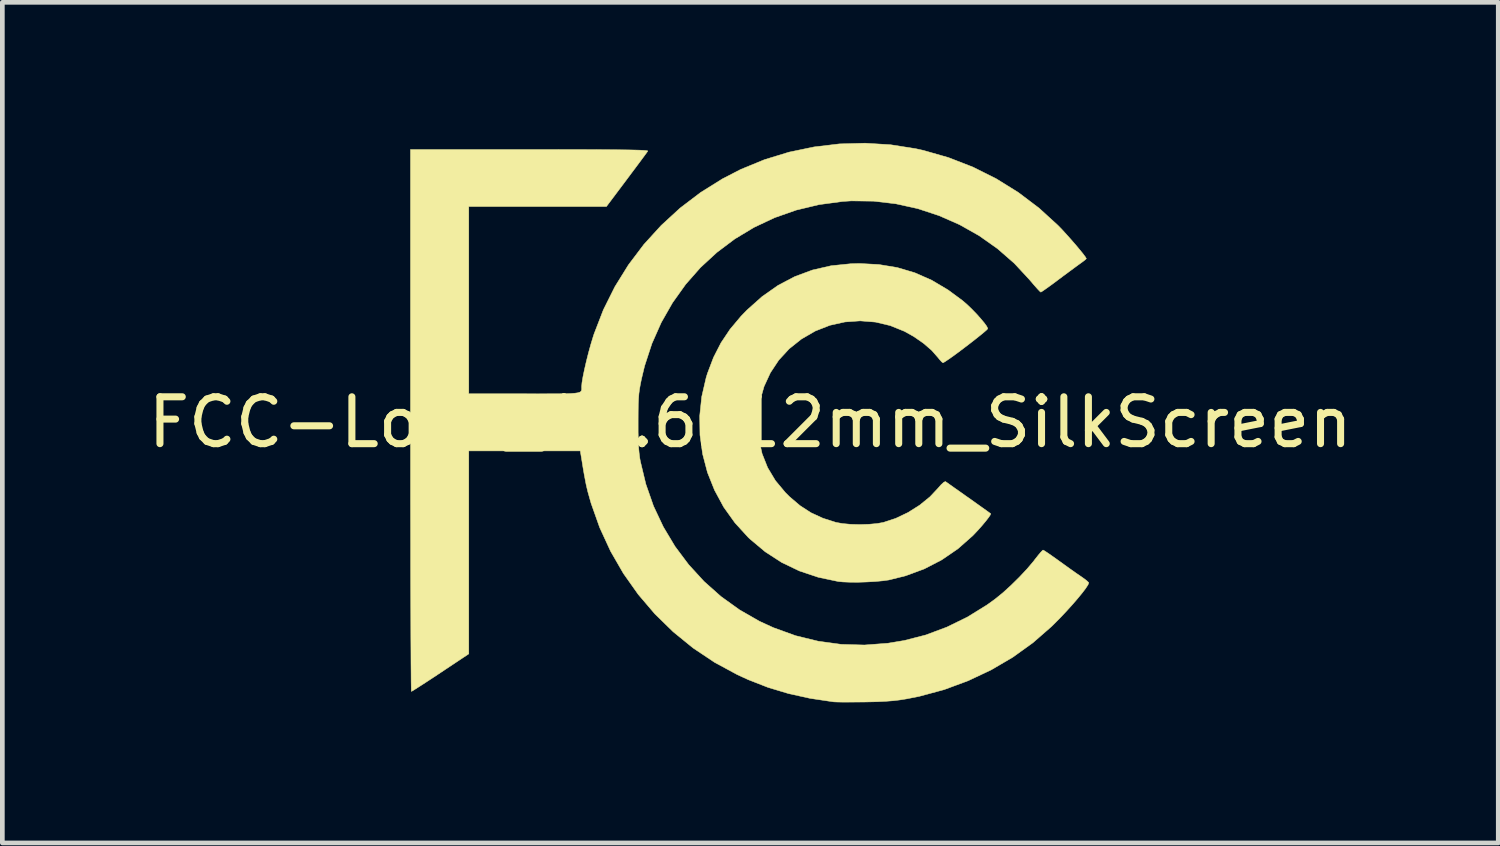
<source format=kicad_pcb>
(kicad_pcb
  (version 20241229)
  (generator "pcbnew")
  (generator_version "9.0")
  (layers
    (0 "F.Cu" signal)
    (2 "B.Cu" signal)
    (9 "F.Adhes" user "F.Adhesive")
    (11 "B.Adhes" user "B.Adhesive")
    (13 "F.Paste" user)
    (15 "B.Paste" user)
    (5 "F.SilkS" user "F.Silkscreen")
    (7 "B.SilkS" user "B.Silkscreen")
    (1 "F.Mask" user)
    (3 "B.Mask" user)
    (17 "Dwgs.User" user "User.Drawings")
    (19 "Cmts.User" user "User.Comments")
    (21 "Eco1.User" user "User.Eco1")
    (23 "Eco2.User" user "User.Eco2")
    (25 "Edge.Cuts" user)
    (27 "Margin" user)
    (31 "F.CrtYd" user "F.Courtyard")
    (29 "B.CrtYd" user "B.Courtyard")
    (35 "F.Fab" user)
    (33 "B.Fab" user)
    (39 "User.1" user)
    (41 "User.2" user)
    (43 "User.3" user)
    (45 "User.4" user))
  (footprint "FCC-Logo_14.6x12mm_SilkScreen"
    (layer "F.Cu")
    (at 12.958 5.961)
    (property "Reference" "FCC-Logo_14.6x12mm_SilkScreen" (at 0 0 0) (layer "F.SilkS") (effects (font (size 1 1) (thickness 0.15))))
    (attr exclude_from_pos_files exclude_from_bom)
    (fp_poly (pts (xy 2.745 -3.367) (xy 3.137 -3.302) (xy 3.511 -3.191) (xy 3.87 -3.033) (xy 4.22 -2.825) (xy 4.529 -2.597) (xy 4.624 -2.515) (xy 4.725 -2.418) (xy 4.825 -2.315) (xy 4.916 -2.213) (xy 4.992 -2.122) (xy 5.045 -2.049) (xy 5.067 -2.002) (xy 5.067 -1.999) (xy 5.047 -1.975) (xy 4.991 -1.926) (xy 4.907 -1.857) (xy 4.803 -1.774) (xy 4.685 -1.682) (xy 4.562 -1.588) (xy 4.44 -1.496) (xy 4.327 -1.413) (xy 4.23 -1.345) (xy 4.157 -1.296) (xy 4.116 -1.272) (xy 4.111 -1.271) (xy 4.083 -1.291) (xy 4.038 -1.341) (xy 4.008 -1.379) (xy 3.872 -1.534) (xy 3.695 -1.687) (xy 3.489 -1.83) (xy 3.291 -1.941) (xy 2.988 -2.064) (xy 2.671 -2.139) (xy 2.346 -2.165) (xy 2.02 -2.142) (xy 1.7 -2.071) (xy 1.393 -1.951) (xy 1.39 -1.95) (xy 1.091 -1.777) (xy 0.83 -1.569) (xy 0.608 -1.328) (xy 0.429 -1.058) (xy 0.293 -0.763) (xy 0.203 -0.445) (xy 0.162 -0.107) (xy 0.159 0.008) (xy 0.182 0.351) (xy 0.252 0.669) (xy 0.37 0.966) (xy 0.536 1.243) (xy 0.752 1.502) (xy 0.841 1.59) (xy 1.064 1.779) (xy 1.296 1.929) (xy 1.55 2.046) (xy 1.829 2.135) (xy 1.969 2.16) (xy 2.144 2.176) (xy 2.337 2.181) (xy 2.531 2.175) (xy 2.708 2.159) (xy 2.841 2.135) (xy 3.105 2.048) (xy 3.367 1.923) (xy 3.614 1.767) (xy 3.834 1.588) (xy 3.998 1.414) (xy 4.072 1.33) (xy 4.129 1.278) (xy 4.164 1.263) (xy 4.166 1.264) (xy 4.193 1.283) (xy 4.255 1.327) (xy 4.345 1.391) (xy 4.455 1.468) (xy 4.577 1.555) (xy 4.704 1.644) (xy 4.827 1.732) (xy 4.938 1.811) (xy 5.031 1.877) (xy 5.097 1.925) (xy 5.129 1.948) (xy 5.13 1.949) (xy 5.122 1.974) (xy 5.085 2.029) (xy 5.025 2.107) (xy 4.949 2.198) (xy 4.864 2.294) (xy 4.776 2.388) (xy 4.746 2.419) (xy 4.431 2.697) (xy 4.085 2.934) (xy 3.712 3.127) (xy 3.314 3.274) (xy 2.957 3.363) (xy 2.828 3.381) (xy 2.666 3.396) (xy 2.484 3.406) (xy 2.298 3.412) (xy 2.123 3.411) (xy 1.973 3.405) (xy 1.879 3.396) (xy 1.449 3.305) (xy 1.046 3.17) (xy 0.671 2.99) (xy 0.32 2.763) (xy -0.007 2.489) (xy -0.044 2.454) (xy -0.327 2.144) (xy -0.568 1.807) (xy -0.763 1.446) (xy -0.914 1.068) (xy -1.017 0.675) (xy -1.073 0.272) (xy -1.079 -0.136) (xy -1.036 -0.546) (xy -0.942 -0.953) (xy -0.914 -1.044) (xy -0.784 -1.386) (xy -0.626 -1.695) (xy -0.432 -1.985) (xy -0.197 -2.265) (xy -0.07 -2.396) (xy 0.253 -2.684) (xy 0.592 -2.922) (xy 0.95 -3.11) (xy 1.327 -3.25) (xy 1.724 -3.341) (xy 2.145 -3.384) (xy 2.328 -3.389) (xy 2.745 -3.367)) (stroke (width 0.01) (type solid)) (fill yes) (layer "F.SilkS"))
    (fp_poly (pts (xy 2.993 -5.923) (xy 3.528 -5.839) (xy 3.691 -5.803) (xy 4.229 -5.649) (xy 4.749 -5.447) (xy 5.247 -5.198) (xy 5.719 -4.905) (xy 6.162 -4.57) (xy 6.561 -4.206) (xy 6.646 -4.119) (xy 6.741 -4.015) (xy 6.84 -3.904) (xy 6.937 -3.793) (xy 7.024 -3.689) (xy 7.097 -3.6) (xy 7.147 -3.533) (xy 7.169 -3.496) (xy 7.17 -3.493) (xy 7.149 -3.471) (xy 7.098 -3.431) (xy 7.057 -3.401) (xy 6.998 -3.359) (xy 6.907 -3.292) (xy 6.793 -3.208) (xy 6.666 -3.114) (xy 6.582 -3.051) (xy 6.462 -2.961) (xy 6.356 -2.884) (xy 6.272 -2.825) (xy 6.217 -2.788) (xy 6.199 -2.778) (xy 6.175 -2.797) (xy 6.125 -2.85) (xy 6.055 -2.929) (xy 5.973 -3.025) (xy 5.957 -3.044) (xy 5.633 -3.393) (xy 5.274 -3.706) (xy 4.883 -3.982) (xy 4.467 -4.217) (xy 4.028 -4.41) (xy 3.573 -4.56) (xy 3.106 -4.663) (xy 2.632 -4.719) (xy 2.155 -4.725) (xy 1.97 -4.713) (xy 1.466 -4.645) (xy 0.982 -4.529) (xy 0.52 -4.367) (xy 0.082 -4.161) (xy -0.329 -3.914) (xy -0.711 -3.627) (xy -1.062 -3.304) (xy -1.378 -2.945) (xy -1.658 -2.553) (xy -1.899 -2.131) (xy -2.099 -1.68) (xy -2.255 -1.203) (xy -2.321 -0.928) (xy -2.345 -0.811) (xy -2.363 -0.709) (xy -2.376 -0.611) (xy -2.384 -0.505) (xy -2.39 -0.381) (xy -2.392 -0.227) (xy -2.393 -0.032) (xy -2.393 -0.013) (xy -2.393 0.206) (xy -2.389 0.383) (xy -2.383 0.527) (xy -2.372 0.65) (xy -2.358 0.762) (xy -2.345 0.833) (xy -2.228 1.319) (xy -2.065 1.786) (xy -1.856 2.229) (xy -1.606 2.647) (xy -1.315 3.036) (xy -0.987 3.394) (xy -0.625 3.716) (xy -0.23 4) (xy 0.195 4.244) (xy 0.494 4.381) (xy 0.967 4.552) (xy 1.45 4.67) (xy 1.94 4.737) (xy 2.436 4.751) (xy 2.937 4.713) (xy 3.285 4.655) (xy 3.744 4.537) (xy 4.196 4.368) (xy 4.635 4.153) (xy 5.053 3.894) (xy 5.221 3.773) (xy 5.385 3.64) (xy 5.562 3.479) (xy 5.741 3.303) (xy 5.906 3.127) (xy 6.044 2.964) (xy 6.073 2.925) (xy 6.141 2.839) (xy 6.198 2.771) (xy 6.236 2.732) (xy 6.247 2.725) (xy 6.275 2.74) (xy 6.338 2.781) (xy 6.426 2.842) (xy 6.532 2.917) (xy 6.568 2.943) (xy 6.697 3.036) (xy 6.828 3.13) (xy 6.947 3.214) (xy 7.04 3.278) (xy 7.045 3.281) (xy 7.127 3.339) (xy 7.189 3.388) (xy 7.221 3.42) (xy 7.222 3.424) (xy 7.205 3.468) (xy 7.156 3.543) (xy 7.08 3.643) (xy 6.982 3.762) (xy 6.867 3.895) (xy 6.741 4.034) (xy 6.608 4.175) (xy 6.474 4.31) (xy 6.426 4.357) (xy 6.031 4.702) (xy 5.6 5.012) (xy 5.137 5.283) (xy 4.647 5.514) (xy 4.136 5.703) (xy 3.606 5.846) (xy 3.334 5.9) (xy 3.19 5.923) (xy 3.046 5.94) (xy 2.889 5.952) (xy 2.707 5.961) (xy 2.487 5.966) (xy 2.434 5.967) (xy 2.26 5.968) (xy 2.098 5.969) (xy 1.959 5.969) (xy 1.851 5.967) (xy 1.783 5.964) (xy 1.773 5.963) (xy 1.277 5.889) (xy 0.816 5.787) (xy 0.38 5.656) (xy -0.045 5.49) (xy -0.278 5.383) (xy -0.764 5.12) (xy -1.22 4.815) (xy -1.645 4.469) (xy -2.036 4.087) (xy -2.391 3.671) (xy -2.707 3.224) (xy -2.981 2.749) (xy -3.212 2.248) (xy -3.397 1.726) (xy -3.466 1.482) (xy -3.485 1.403) (xy -3.504 1.321) (xy -3.522 1.226) (xy -3.544 1.111) (xy -3.569 0.965) (xy -3.599 0.779) (xy -3.613 0.695) (xy -3.627 0.609) (xy -6.006 0.609) (xy -6.006 4.94) (xy -6.609 5.341) (xy -6.767 5.446) (xy -6.912 5.541) (xy -7.036 5.621) (xy -7.135 5.684) (xy -7.201 5.726) (xy -7.23 5.741) (xy -7.23 5.741) (xy -7.232 5.715) (xy -7.234 5.639) (xy -7.236 5.514) (xy -7.237 5.344) (xy -7.239 5.13) (xy -7.24 4.875) (xy -7.242 4.582) (xy -7.243 4.253) (xy -7.244 3.889) (xy -7.246 3.495) (xy -7.247 3.072) (xy -7.247 2.622) (xy -7.248 2.147) (xy -7.249 1.652) (xy -7.249 1.136) (xy -7.249 0.604) (xy -7.25 0.057) (xy -7.25 -0.04) (xy -7.25 -5.821) (xy -4.708 -5.821) (xy -4.27 -5.821) (xy -3.883 -5.82) (xy -3.543 -5.82) (xy -3.248 -5.819) (xy -2.996 -5.817) (xy -2.783 -5.815) (xy -2.607 -5.813) (xy -2.466 -5.81) (xy -2.357 -5.807) (xy -2.277 -5.803) (xy -2.224 -5.799) (xy -2.194 -5.794) (xy -2.186 -5.788) (xy -2.186 -5.788) (xy -2.207 -5.759) (xy -2.255 -5.693) (xy -2.326 -5.597) (xy -2.416 -5.476) (xy -2.521 -5.336) (xy -2.635 -5.183) (xy -2.638 -5.179) (xy -3.07 -4.604) (xy -6.006 -4.604) (xy -6.006 -0.609) (xy -4.818 -0.609) (xy -4.532 -0.608) (xy -4.295 -0.609) (xy -4.101 -0.609) (xy -3.947 -0.611) (xy -3.828 -0.615) (xy -3.739 -0.622) (xy -3.677 -0.631) (xy -3.636 -0.644) (xy -3.612 -0.661) (xy -3.601 -0.682) (xy -3.597 -0.709) (xy -3.598 -0.741) (xy -3.598 -0.76) (xy -3.591 -0.845) (xy -3.57 -0.971) (xy -3.538 -1.126) (xy -3.498 -1.3) (xy -3.452 -1.483) (xy -3.402 -1.664) (xy -3.351 -1.832) (xy -3.333 -1.887) (xy -3.134 -2.402) (xy -2.889 -2.893) (xy -2.6 -3.359) (xy -2.27 -3.796) (xy -1.901 -4.201) (xy -1.497 -4.572) (xy -1.059 -4.905) (xy -0.591 -5.197) (xy -0.203 -5.397) (xy 0.301 -5.604) (xy 0.823 -5.764) (xy 1.359 -5.876) (xy 1.903 -5.941) (xy 2.449 -5.956) (xy 2.993 -5.923)) (stroke (width 0.01) (type solid)) (fill yes) (layer "F.SilkS")))
  (gr_rect
    (start -3 -3)
    (end 28.917 14.935)
    (stroke (width 0.1) (type default))
    (fill no)
    (layer "Edge.Cuts")))
</source>
